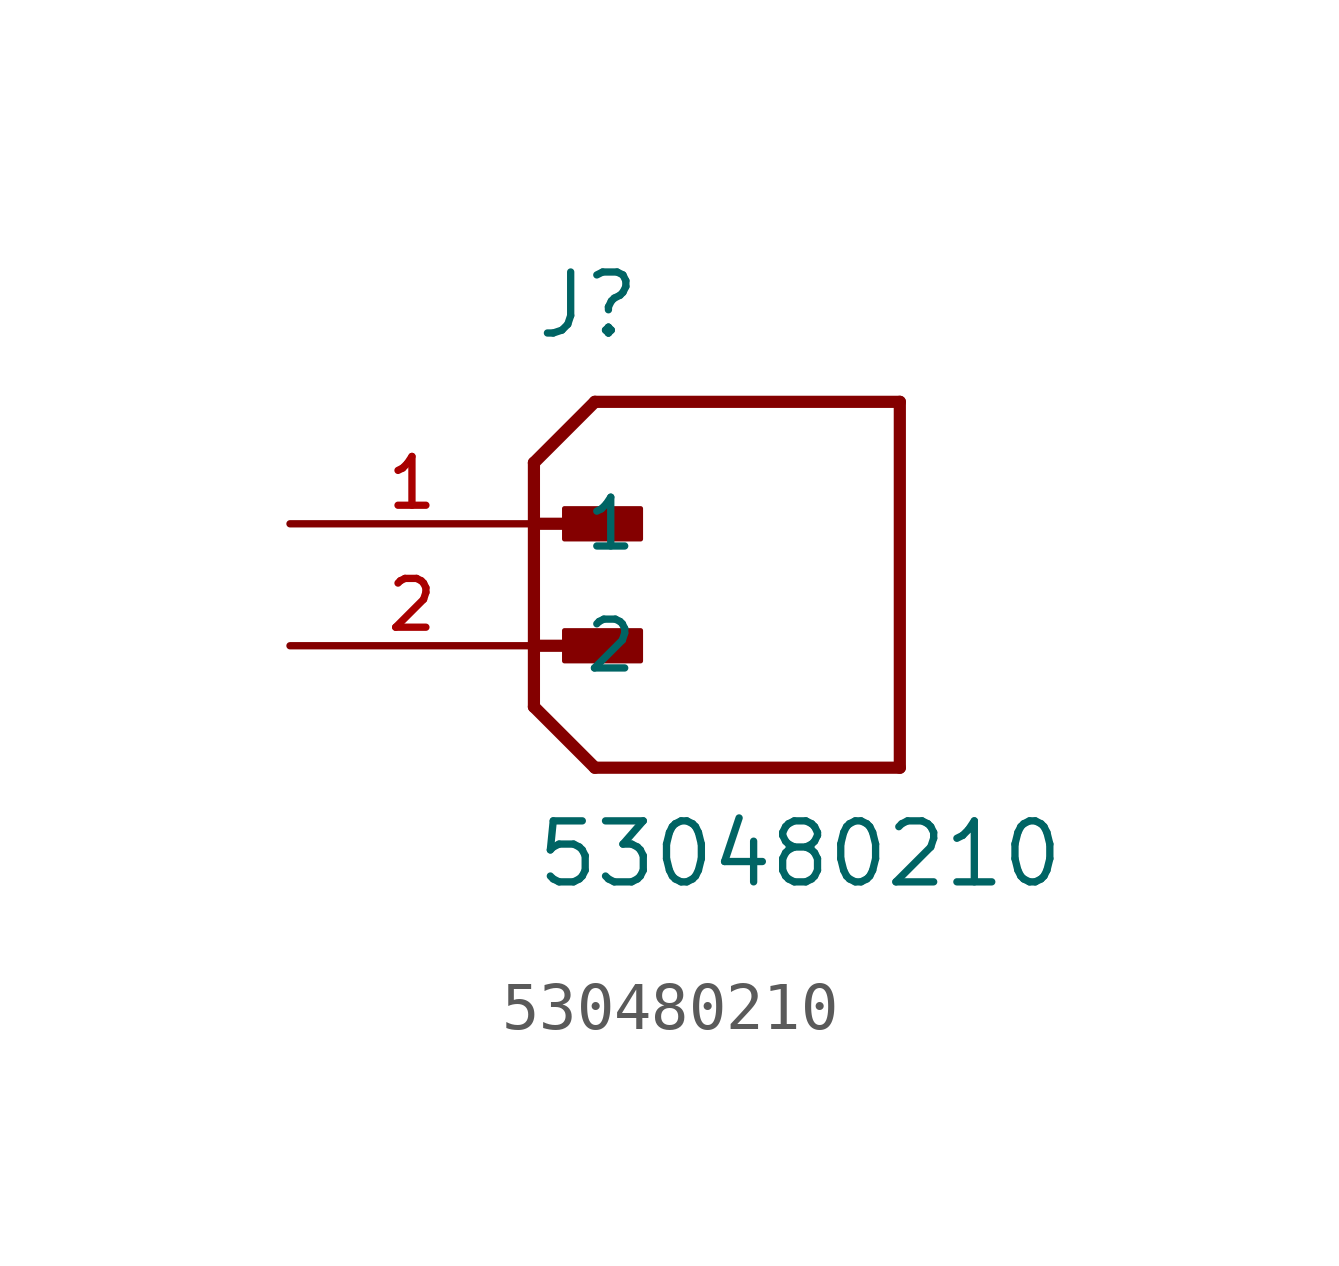
<source format=kicad_sym>
(kicad_symbol_lib
  (version 20211014)
  (generator kicad_symbol_editor)
  (symbol "530480210"
    (pin_names
      (offset 1.016))
    (property "Reference" "J"
      (at 0.0 3.81 0)
      (effects (font (size 1.27 1.27)) (justify bottom left)))
    (property "Value" "530480210"
      (at 0.0 -7.62 0)
      (effects (font (size 1.27 1.27)) (justify bottom left)))
    (symbol "530480210_0_0"
      (polyline (pts (xy 0.0 1.27) (xy 1.27 2.54)) (stroke (width 0.254)))
      (polyline (pts (xy 0.0 -3.81) (xy 1.27 -5.08)) (stroke (width 0.254)))
      (polyline (pts (xy 1.27 -5.08) (xy 7.62 -5.08)) (stroke (width 0.254)))
      (polyline (pts (xy 7.62 -5.08) (xy 7.62 2.54)) (stroke (width 0.254)))
      (polyline (pts (xy 7.62 2.54) (xy 1.27 2.54)) (stroke (width 0.254)))
      (polyline (pts (xy 0.0 0.0) (xy 1.905 0.0)) (stroke (width 0.254)))
      (rectangle (start 0.635 -0.318) (end 2.223 0.318) (stroke (width 0.1)) (fill (type outline)))
      (polyline (pts (xy 0.0 -2.54) (xy 1.905 -2.54)) (stroke (width 0.254)))
      (rectangle (start 0.635 -2.857) (end 2.223 -2.223) (stroke (width 0.1)) (fill (type outline)))
      (polyline (pts (xy 0.0 1.27) (xy 0.0 -3.81)) (stroke (width 0.254)))
      (pin passive line (at -5.08 0.0 0) (length 5.08) (name "1" (effects (font (size 1.016 1.016)))) (number "1" (effects (font (size 1.016 1.016)))))
      (pin passive line (at -5.08 -2.54 0) (length 5.08) (name "2" (effects (font (size 1.016 1.016)))) (number "2" (effects (font (size 1.016 1.016))))))))
</source>
